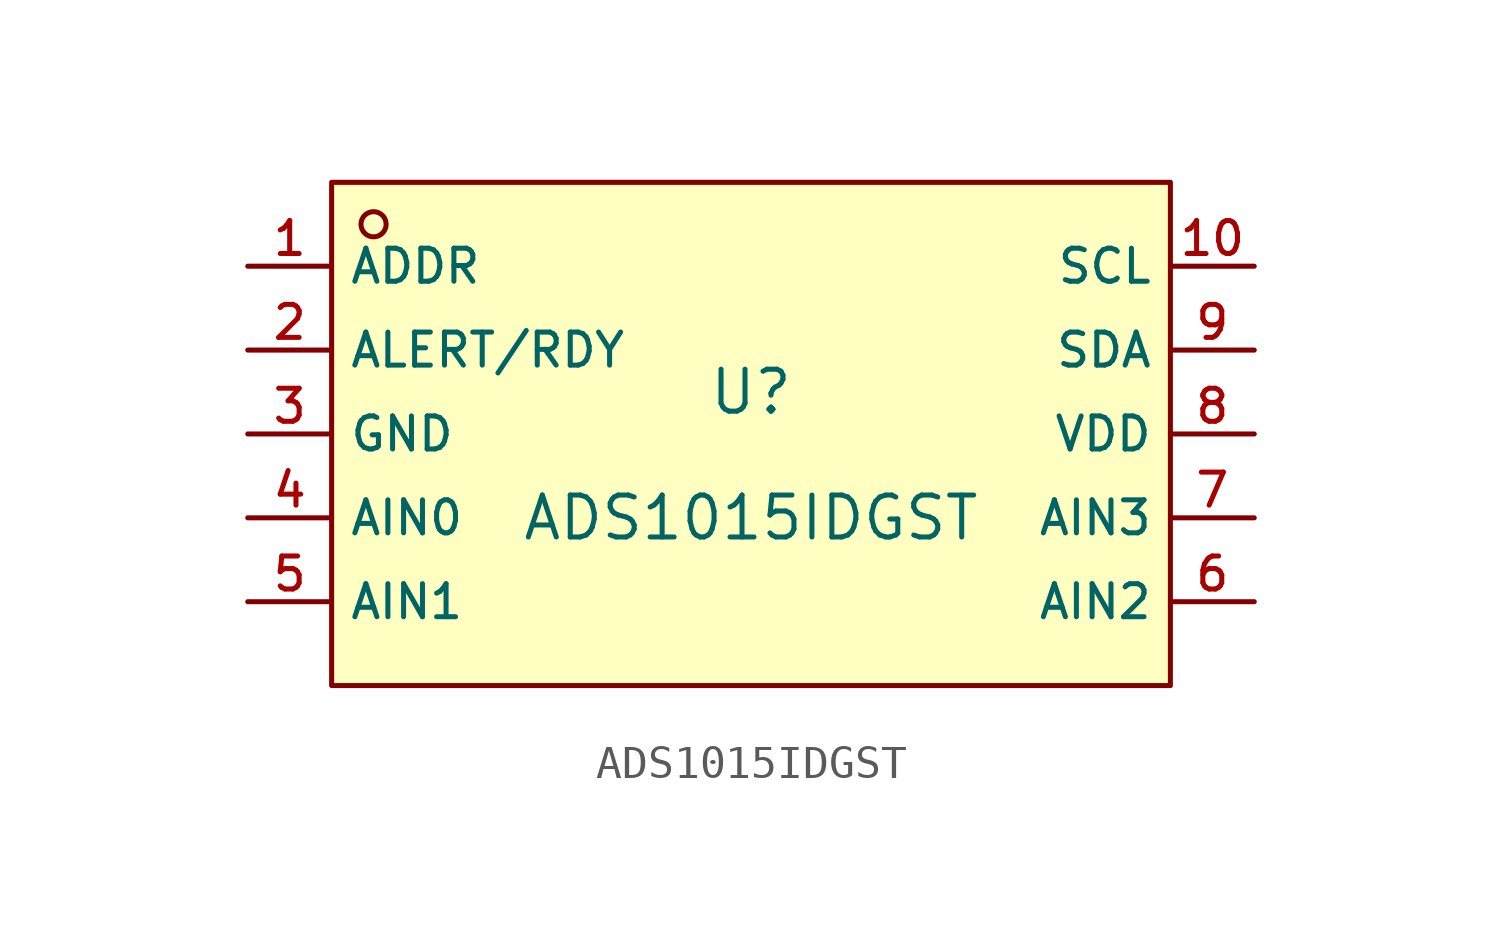
<source format=kicad_sym>
(kicad_symbol_lib
  (version 20210201)
  (generator TousstNicolas/JLC2KiCad_lib)
  (symbol "ADS1015IDGST"
    (property "Reference" "U"
      (at 0 1.27 0)
      (effects (font (size 1.27 1.27))))
    (property "Value" "ADS1015IDGST"
      (at 0 -2.54 0)
      (effects (font (size 1.27 1.27))))
    (symbol "ADS1015IDGST_0_1"
      (rectangle (start -12.7 7.62) (end 12.7 -7.62) (stroke (width 0) (type default) (color 0 0 0 0)) (fill (type background)))
      (circle (center -11.43 6.35) (radius 0.381) (stroke (width 0) (type default) (color 0 0 0 0)) (fill (type background)))
      (pin unspecified line (at -15.24 5.08 0) (length 2.54) (name "ADDR" (effects (font (size 1 1)))) (number "1" (effects (font (size 1 1)))))
      (pin unspecified line (at -15.24 2.54 0) (length 2.54) (name "ALERT/RDY" (effects (font (size 1 1)))) (number "2" (effects (font (size 1 1)))))
      (pin unspecified line (at -15.24 -0.0 0) (length 2.54) (name "GND" (effects (font (size 1 1)))) (number "3" (effects (font (size 1 1)))))
      (pin unspecified line (at -15.24 -2.54 0) (length 2.54) (name "AIN0" (effects (font (size 1 1)))) (number "4" (effects (font (size 1 1)))))
      (pin unspecified line (at -15.24 -5.08 0) (length 2.54) (name "AIN1" (effects (font (size 1 1)))) (number "5" (effects (font (size 1 1)))))
      (pin unspecified line (at 15.24 -5.08 180) (length 2.54) (name "AIN2" (effects (font (size 1 1)))) (number "6" (effects (font (size 1 1)))))
      (pin unspecified line (at 15.24 -2.54 180) (length 2.54) (name "AIN3" (effects (font (size 1 1)))) (number "7" (effects (font (size 1 1)))))
      (pin unspecified line (at 15.24 -0.0 180) (length 2.54) (name "VDD" (effects (font (size 1 1)))) (number "8" (effects (font (size 1 1)))))
      (pin unspecified line (at 15.24 2.54 180) (length 2.54) (name "SDA" (effects (font (size 1 1)))) (number "9" (effects (font (size 1 1)))))
      (pin unspecified line (at 15.24 5.08 180) (length 2.54) (name "SCL" (effects (font (size 1 1)))) (number "10" (effects (font (size 1 1))))))))
</source>
